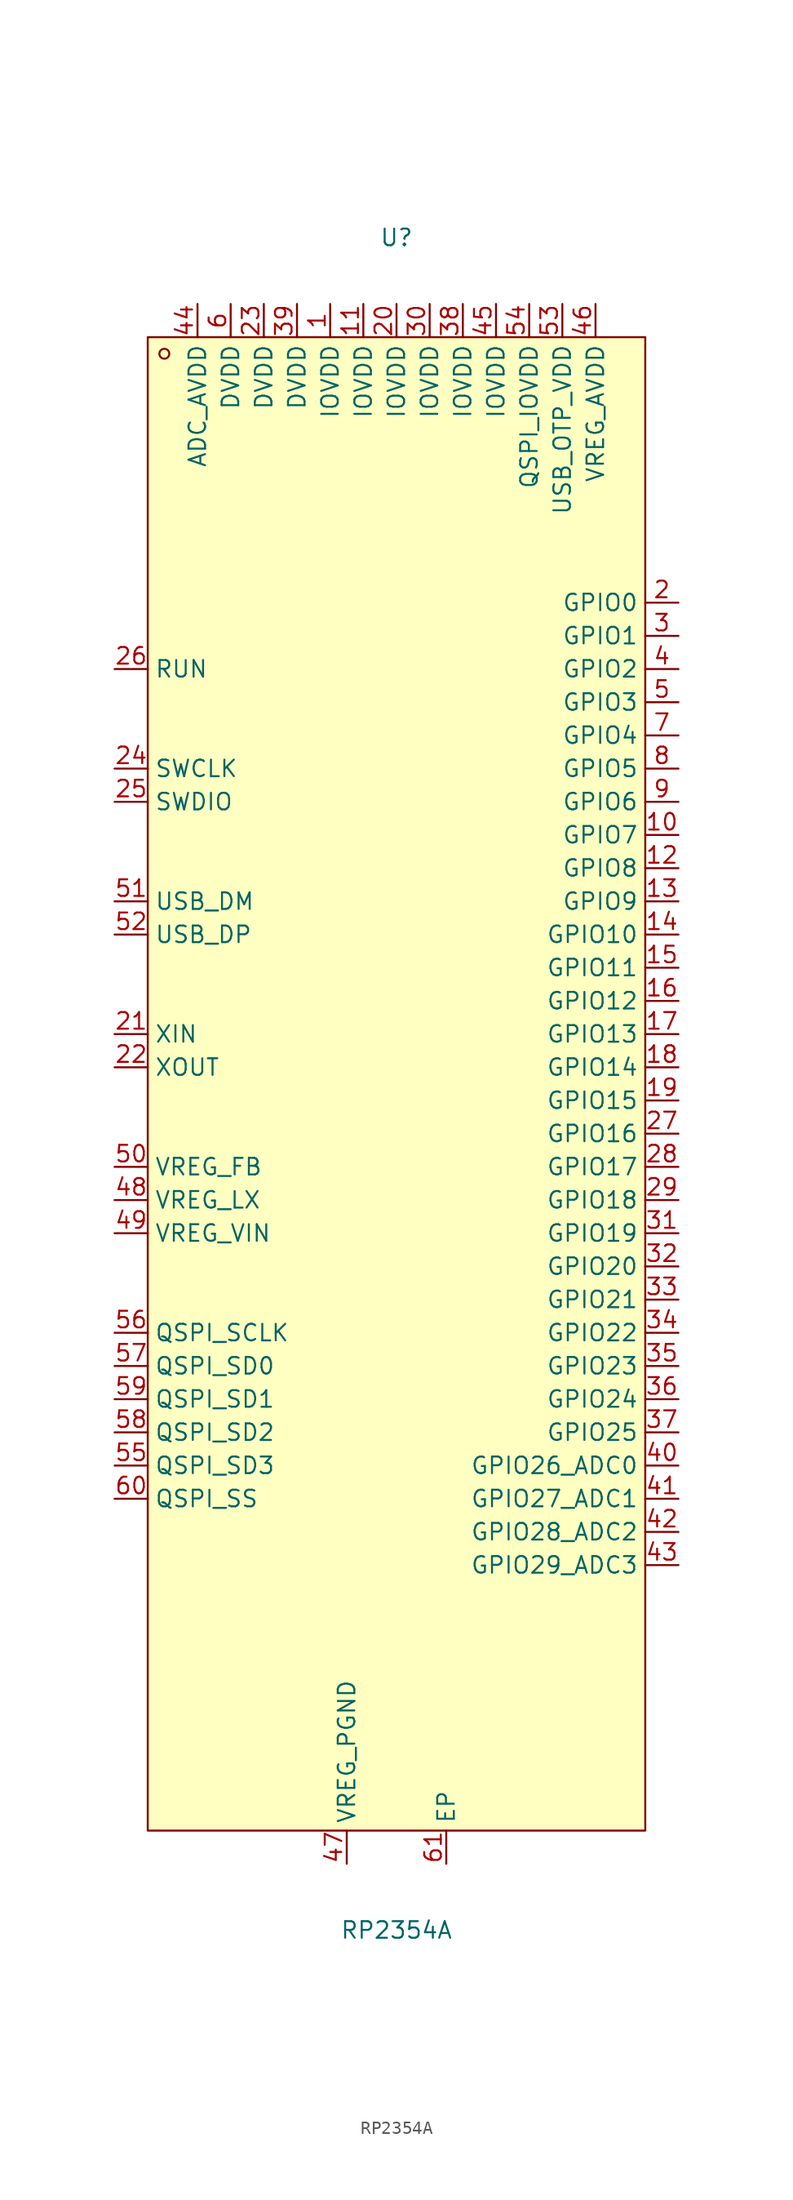
<source format=kicad_sym>
(kicad_symbol_lib
  (version 20241209)
  (generator "kicad_symbol_editor")
  (generator_version "9.0")
  (symbol "RP2354A"
    (property "Reference" "U"
      (at 0 64.77 0)
      (effects (font (size 1.27 1.27))))
    (property "Value" "RP2354A"
      (at 0 -64.77 0)
      (effects (font (size 1.27 1.27))))
    (symbol "RP2354A_0_1"
      (rectangle (start -19.05 57.15) (end 19.05 -57.15) (stroke (width 0) (type default)) (fill (type background)))
      (circle (center -17.78 55.88) (radius 0.38) (stroke (width 0) (type default)) (fill (type none)))
      (pin unspecified line (at -21.59 31.75 0) (length 2.54) (name "RUN" (effects (font (size 1.27 1.27)))) (number "26" (effects (font (size 1.27 1.27)))))
      (pin unspecified line (at -21.59 24.13 0) (length 2.54) (name "SWCLK" (effects (font (size 1.27 1.27)))) (number "24" (effects (font (size 1.27 1.27)))))
      (pin unspecified line (at -21.59 21.59 0) (length 2.54) (name "SWDIO" (effects (font (size 1.27 1.27)))) (number "25" (effects (font (size 1.27 1.27)))))
      (pin unspecified line (at -21.59 13.97 0) (length 2.54) (name "USB_DM" (effects (font (size 1.27 1.27)))) (number "51" (effects (font (size 1.27 1.27)))))
      (pin unspecified line (at -21.59 11.43 0) (length 2.54) (name "USB_DP" (effects (font (size 1.27 1.27)))) (number "52" (effects (font (size 1.27 1.27)))))
      (pin unspecified line (at -21.59 3.81 0) (length 2.54) (name "XIN" (effects (font (size 1.27 1.27)))) (number "21" (effects (font (size 1.27 1.27)))))
      (pin unspecified line (at -21.59 1.27 0) (length 2.54) (name "XOUT" (effects (font (size 1.27 1.27)))) (number "22" (effects (font (size 1.27 1.27)))))
      (pin unspecified line (at -21.59 -6.35 0) (length 2.54) (name "VREG_FB" (effects (font (size 1.27 1.27)))) (number "50" (effects (font (size 1.27 1.27)))))
      (pin unspecified line (at -21.59 -8.89 0) (length 2.54) (name "VREG_LX" (effects (font (size 1.27 1.27)))) (number "48" (effects (font (size 1.27 1.27)))))
      (pin unspecified line (at -21.59 -11.43 0) (length 2.54) (name "VREG_VIN" (effects (font (size 1.27 1.27)))) (number "49" (effects (font (size 1.27 1.27)))))
      (pin unspecified line (at -21.59 -19.05 0) (length 2.54) (name "QSPI_SCLK" (effects (font (size 1.27 1.27)))) (number "56" (effects (font (size 1.27 1.27)))))
      (pin unspecified line (at -21.59 -21.59 0) (length 2.54) (name "QSPI_SD0" (effects (font (size 1.27 1.27)))) (number "57" (effects (font (size 1.27 1.27)))))
      (pin unspecified line (at -21.59 -24.13 0) (length 2.54) (name "QSPI_SD1" (effects (font (size 1.27 1.27)))) (number "59" (effects (font (size 1.27 1.27)))))
      (pin unspecified line (at -21.59 -26.67 0) (length 2.54) (name "QSPI_SD2" (effects (font (size 1.27 1.27)))) (number "58" (effects (font (size 1.27 1.27)))))
      (pin unspecified line (at -21.59 -29.21 0) (length 2.54) (name "QSPI_SD3" (effects (font (size 1.27 1.27)))) (number "55" (effects (font (size 1.27 1.27)))))
      (pin unspecified line (at -21.59 -31.75 0) (length 2.54) (name "QSPI_SS" (effects (font (size 1.27 1.27)))) (number "60" (effects (font (size 1.27 1.27)))))
      (pin unspecified line (at -15.24 59.69 270) (length 2.54) (name "ADC_AVDD" (effects (font (size 1.27 1.27)))) (number "44" (effects (font (size 1.27 1.27)))))
      (pin unspecified line (at -12.7 59.69 270) (length 2.54) (name "DVDD" (effects (font (size 1.27 1.27)))) (number "6" (effects (font (size 1.27 1.27)))))
      (pin unspecified line (at -10.16 59.69 270) (length 2.54) (name "DVDD" (effects (font (size 1.27 1.27)))) (number "23" (effects (font (size 1.27 1.27)))))
      (pin unspecified line (at -7.62 59.69 270) (length 2.54) (name "DVDD" (effects (font (size 1.27 1.27)))) (number "39" (effects (font (size 1.27 1.27)))))
      (pin unspecified line (at -5.08 59.69 270) (length 2.54) (name "IOVDD" (effects (font (size 1.27 1.27)))) (number "1" (effects (font (size 1.27 1.27)))))
      (pin unspecified line (at -3.81 -59.69 90) (length 2.54) (name "VREG_PGND" (effects (font (size 1.27 1.27)))) (number "47" (effects (font (size 1.27 1.27)))))
      (pin unspecified line (at -2.54 59.69 270) (length 2.54) (name "IOVDD" (effects (font (size 1.27 1.27)))) (number "11" (effects (font (size 1.27 1.27)))))
      (pin unspecified line (at 0 59.69 270) (length 2.54) (name "IOVDD" (effects (font (size 1.27 1.27)))) (number "20" (effects (font (size 1.27 1.27)))))
      (pin unspecified line (at 2.54 59.69 270) (length 2.54) (name "IOVDD" (effects (font (size 1.27 1.27)))) (number "30" (effects (font (size 1.27 1.27)))))
      (pin unspecified line (at 3.81 -59.69 90) (length 2.54) (name "EP" (effects (font (size 1.27 1.27)))) (number "61" (effects (font (size 1.27 1.27)))))
      (pin unspecified line (at 5.08 59.69 270) (length 2.54) (name "IOVDD" (effects (font (size 1.27 1.27)))) (number "38" (effects (font (size 1.27 1.27)))))
      (pin unspecified line (at 7.62 59.69 270) (length 2.54) (name "IOVDD" (effects (font (size 1.27 1.27)))) (number "45" (effects (font (size 1.27 1.27)))))
      (pin unspecified line (at 10.16 59.69 270) (length 2.54) (name "QSPI_IOVDD" (effects (font (size 1.27 1.27)))) (number "54" (effects (font (size 1.27 1.27)))))
      (pin unspecified line (at 12.7 59.69 270) (length 2.54) (name "USB_OTP_VDD" (effects (font (size 1.27 1.27)))) (number "53" (effects (font (size 1.27 1.27)))))
      (pin unspecified line (at 15.24 59.69 270) (length 2.54) (name "VREG_AVDD" (effects (font (size 1.27 1.27)))) (number "46" (effects (font (size 1.27 1.27)))))
      (pin unspecified line (at 21.59 36.83 180) (length 2.54) (name "GPIO0" (effects (font (size 1.27 1.27)))) (number "2" (effects (font (size 1.27 1.27)))))
      (pin unspecified line (at 21.59 34.29 180) (length 2.54) (name "GPIO1" (effects (font (size 1.27 1.27)))) (number "3" (effects (font (size 1.27 1.27)))))
      (pin unspecified line (at 21.59 31.75 180) (length 2.54) (name "GPIO2" (effects (font (size 1.27 1.27)))) (number "4" (effects (font (size 1.27 1.27)))))
      (pin unspecified line (at 21.59 29.21 180) (length 2.54) (name "GPIO3" (effects (font (size 1.27 1.27)))) (number "5" (effects (font (size 1.27 1.27)))))
      (pin unspecified line (at 21.59 26.67 180) (length 2.54) (name "GPIO4" (effects (font (size 1.27 1.27)))) (number "7" (effects (font (size 1.27 1.27)))))
      (pin unspecified line (at 21.59 24.13 180) (length 2.54) (name "GPIO5" (effects (font (size 1.27 1.27)))) (number "8" (effects (font (size 1.27 1.27)))))
      (pin unspecified line (at 21.59 21.59 180) (length 2.54) (name "GPIO6" (effects (font (size 1.27 1.27)))) (number "9" (effects (font (size 1.27 1.27)))))
      (pin unspecified line (at 21.59 19.05 180) (length 2.54) (name "GPIO7" (effects (font (size 1.27 1.27)))) (number "10" (effects (font (size 1.27 1.27)))))
      (pin unspecified line (at 21.59 16.51 180) (length 2.54) (name "GPIO8" (effects (font (size 1.27 1.27)))) (number "12" (effects (font (size 1.27 1.27)))))
      (pin unspecified line (at 21.59 13.97 180) (length 2.54) (name "GPIO9" (effects (font (size 1.27 1.27)))) (number "13" (effects (font (size 1.27 1.27)))))
      (pin unspecified line (at 21.59 11.43 180) (length 2.54) (name "GPIO10" (effects (font (size 1.27 1.27)))) (number "14" (effects (font (size 1.27 1.27)))))
      (pin unspecified line (at 21.59 8.89 180) (length 2.54) (name "GPIO11" (effects (font (size 1.27 1.27)))) (number "15" (effects (font (size 1.27 1.27)))))
      (pin unspecified line (at 21.59 6.35 180) (length 2.54) (name "GPIO12" (effects (font (size 1.27 1.27)))) (number "16" (effects (font (size 1.27 1.27)))))
      (pin unspecified line (at 21.59 3.81 180) (length 2.54) (name "GPIO13" (effects (font (size 1.27 1.27)))) (number "17" (effects (font (size 1.27 1.27)))))
      (pin unspecified line (at 21.59 1.27 180) (length 2.54) (name "GPIO14" (effects (font (size 1.27 1.27)))) (number "18" (effects (font (size 1.27 1.27)))))
      (pin unspecified line (at 21.59 -1.27 180) (length 2.54) (name "GPIO15" (effects (font (size 1.27 1.27)))) (number "19" (effects (font (size 1.27 1.27)))))
      (pin unspecified line (at 21.59 -3.81 180) (length 2.54) (name "GPIO16" (effects (font (size 1.27 1.27)))) (number "27" (effects (font (size 1.27 1.27)))))
      (pin unspecified line (at 21.59 -6.35 180) (length 2.54) (name "GPIO17" (effects (font (size 1.27 1.27)))) (number "28" (effects (font (size 1.27 1.27)))))
      (pin unspecified line (at 21.59 -8.89 180) (length 2.54) (name "GPIO18" (effects (font (size 1.27 1.27)))) (number "29" (effects (font (size 1.27 1.27)))))
      (pin unspecified line (at 21.59 -11.43 180) (length 2.54) (name "GPIO19" (effects (font (size 1.27 1.27)))) (number "31" (effects (font (size 1.27 1.27)))))
      (pin unspecified line (at 21.59 -13.97 180) (length 2.54) (name "GPIO20" (effects (font (size 1.27 1.27)))) (number "32" (effects (font (size 1.27 1.27)))))
      (pin unspecified line (at 21.59 -16.51 180) (length 2.54) (name "GPIO21" (effects (font (size 1.27 1.27)))) (number "33" (effects (font (size 1.27 1.27)))))
      (pin unspecified line (at 21.59 -19.05 180) (length 2.54) (name "GPIO22" (effects (font (size 1.27 1.27)))) (number "34" (effects (font (size 1.27 1.27)))))
      (pin unspecified line (at 21.59 -21.59 180) (length 2.54) (name "GPIO23" (effects (font (size 1.27 1.27)))) (number "35" (effects (font (size 1.27 1.27)))))
      (pin unspecified line (at 21.59 -24.13 180) (length 2.54) (name "GPIO24" (effects (font (size 1.27 1.27)))) (number "36" (effects (font (size 1.27 1.27)))))
      (pin unspecified line (at 21.59 -26.67 180) (length 2.54) (name "GPIO25" (effects (font (size 1.27 1.27)))) (number "37" (effects (font (size 1.27 1.27)))))
      (pin unspecified line (at 21.59 -29.21 180) (length 2.54) (name "GPIO26_ADC0" (effects (font (size 1.27 1.27)))) (number "40" (effects (font (size 1.27 1.27)))))
      (pin unspecified line (at 21.59 -31.75 180) (length 2.54) (name "GPIO27_ADC1" (effects (font (size 1.27 1.27)))) (number "41" (effects (font (size 1.27 1.27)))))
      (pin unspecified line (at 21.59 -34.29 180) (length 2.54) (name "GPIO28_ADC2" (effects (font (size 1.27 1.27)))) (number "42" (effects (font (size 1.27 1.27)))))
      (pin unspecified line (at 21.59 -36.83 180) (length 2.54) (name "GPIO29_ADC3" (effects (font (size 1.27 1.27)))) (number "43" (effects (font (size 1.27 1.27))))))))
</source>
